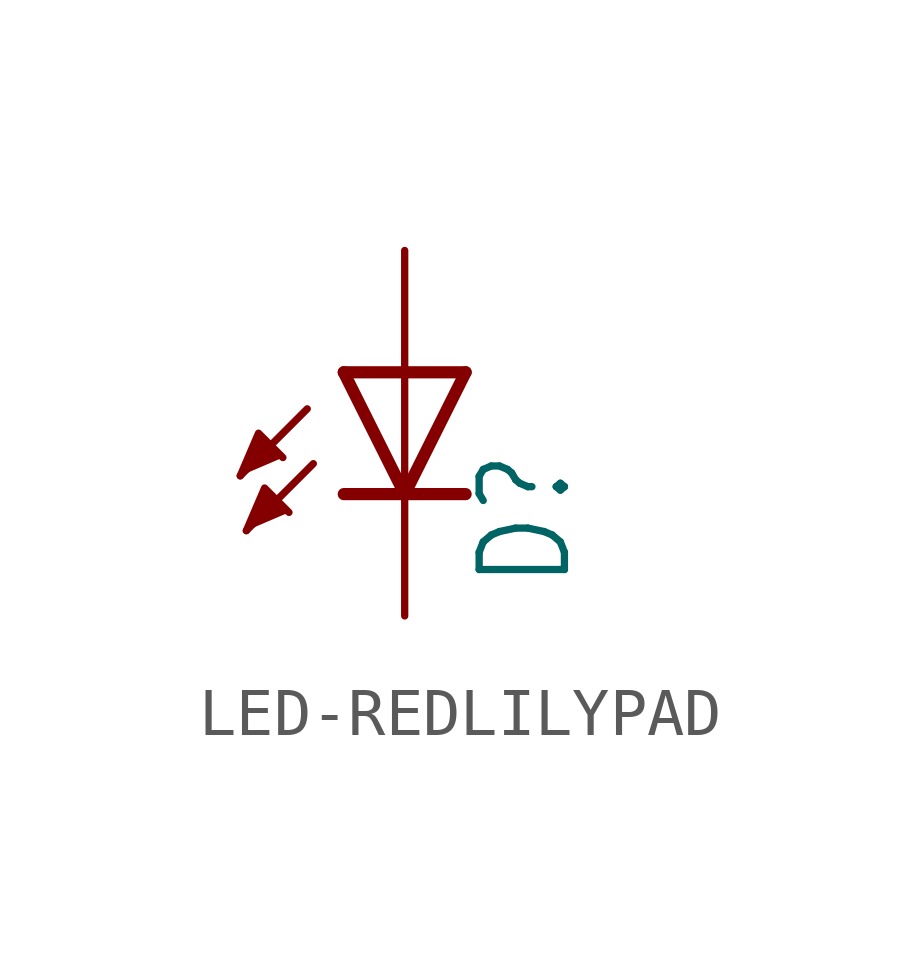
<source format=kicad_sym>
(kicad_symbol_lib
  (version 20231120)
  (generator "kicad_symbol_editor")
  (generator_version "8.0")
  (symbol "LED-REDLILYPAD"
    (property "Reference" "D"
      (at 3.556 -4.572 90)
      (effects (font (size 1.778 1.511)) (justify left bottom)))
    (property "Value" ""
      (at 5.715 -4.572 90)
      (effects (font (size 1.778 1.511)) (justify left bottom)))
    (property "ki_locked" ""
      (at 0 0 0)
      (effects (font (size 1.27 1.27))))
    (symbol "LED-REDLILYPAD_1_0"
      (polyline (pts (xy -2.032 -0.762) (xy -3.429 -2.159)) (stroke (width 0.152) (type solid)) (fill (type none)))
      (polyline (pts (xy -1.905 -1.905) (xy -3.302 -3.302)) (stroke (width 0.152) (type solid)) (fill (type none)))
      (polyline (pts (xy 0 -2.54) (xy -1.27 -2.54)) (stroke (width 0.254) (type solid)) (fill (type none)))
      (polyline (pts (xy 0 -2.54) (xy -1.27 0)) (stroke (width 0.254) (type solid)) (fill (type none)))
      (polyline (pts (xy 0 0) (xy -1.27 0)) (stroke (width 0.254) (type solid)) (fill (type none)))
      (polyline (pts (xy 0 0) (xy 0 -2.54)) (stroke (width 0.152) (type solid)) (fill (type none)))
      (polyline (pts (xy 1.27 -2.54) (xy 0 -2.54)) (stroke (width 0.254) (type solid)) (fill (type none)))
      (polyline (pts (xy 1.27 0) (xy 0 -2.54)) (stroke (width 0.254) (type solid)) (fill (type none)))
      (polyline (pts (xy 1.27 0) (xy 0 0)) (stroke (width 0.254) (type solid)) (fill (type none)))
      (polyline (pts (xy -3.429 -2.159) (xy -3.048 -1.27) (xy -2.54 -1.778)) (stroke (width 0.152) (type solid)) (fill (type outline)))
      (polyline (pts (xy -3.302 -3.302) (xy -2.921 -2.413) (xy -2.413 -2.921)) (stroke (width 0.152) (type solid)) (fill (type outline)))
      (pin passive line (at 0 2.54 270) (length 2.54) (name "A" (effects (font (size 0 0)))) (number "A" (effects (font (size 0 0)))))
      (pin passive line (at 0 -5.08 90) (length 2.54) (name "C" (effects (font (size 0 0)))) (number "C" (effects (font (size 0 0))))))))
</source>
